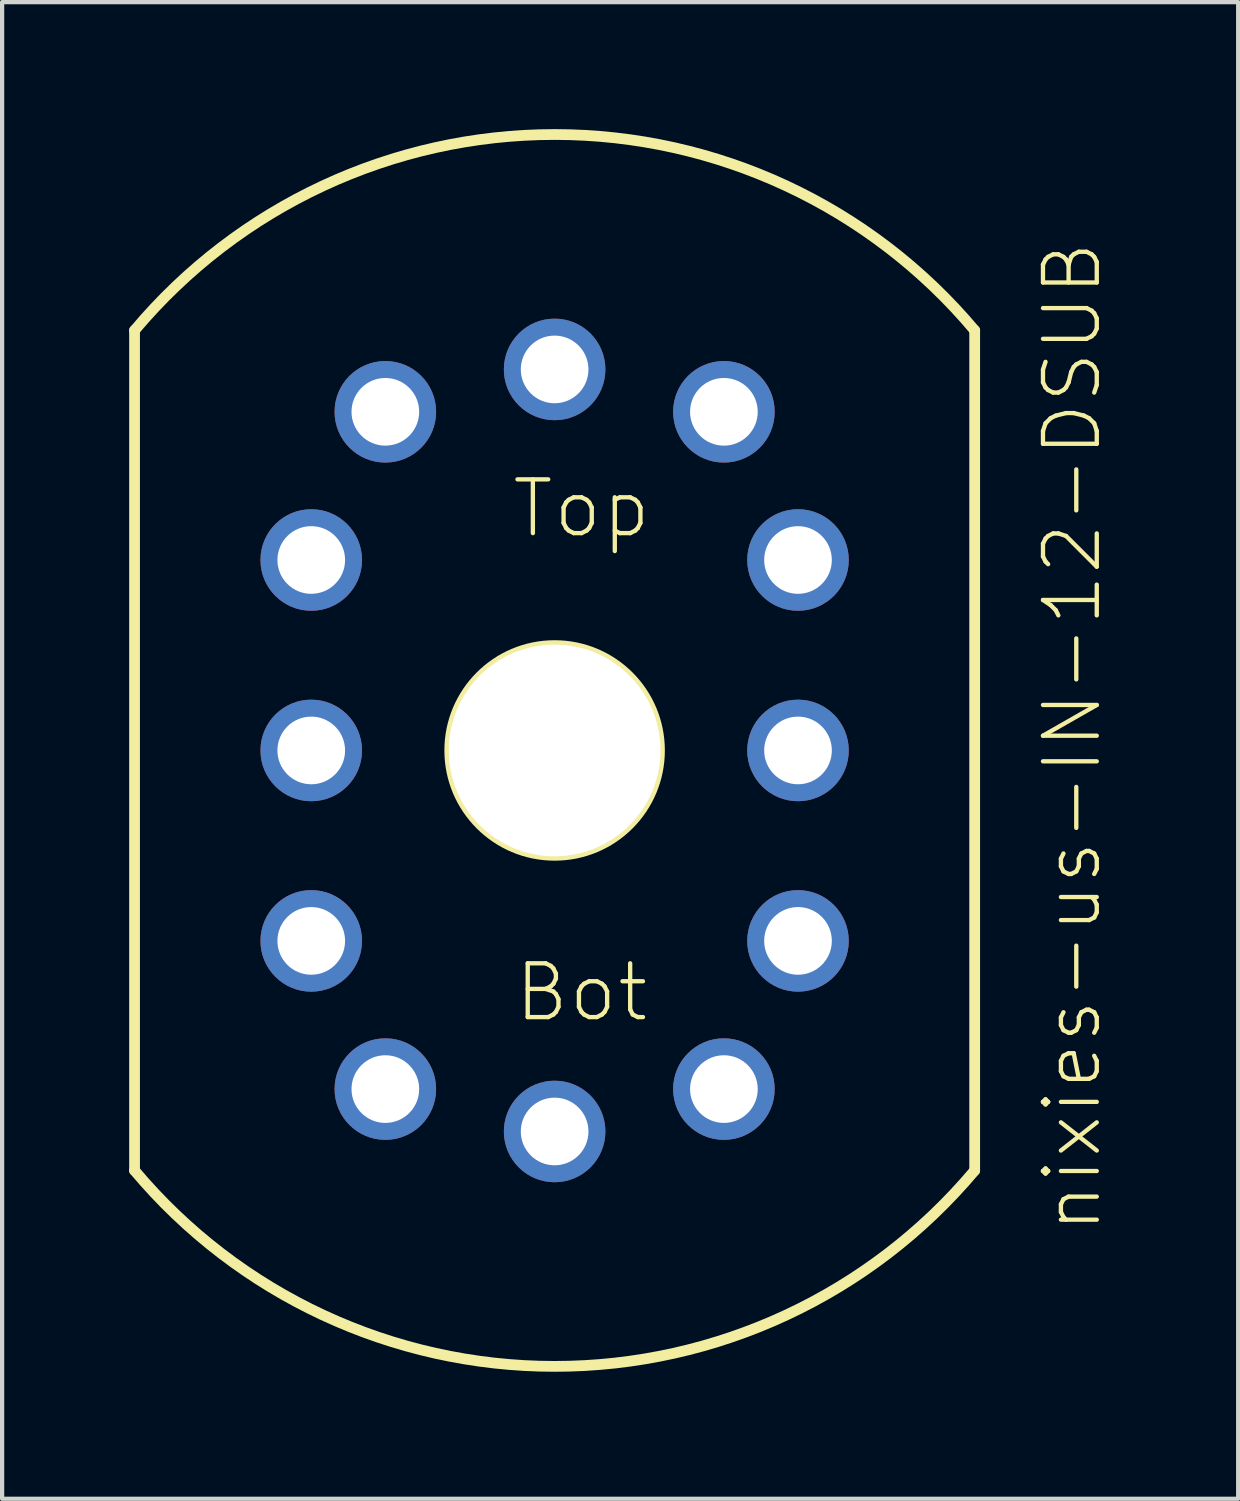
<source format=kicad_pcb>
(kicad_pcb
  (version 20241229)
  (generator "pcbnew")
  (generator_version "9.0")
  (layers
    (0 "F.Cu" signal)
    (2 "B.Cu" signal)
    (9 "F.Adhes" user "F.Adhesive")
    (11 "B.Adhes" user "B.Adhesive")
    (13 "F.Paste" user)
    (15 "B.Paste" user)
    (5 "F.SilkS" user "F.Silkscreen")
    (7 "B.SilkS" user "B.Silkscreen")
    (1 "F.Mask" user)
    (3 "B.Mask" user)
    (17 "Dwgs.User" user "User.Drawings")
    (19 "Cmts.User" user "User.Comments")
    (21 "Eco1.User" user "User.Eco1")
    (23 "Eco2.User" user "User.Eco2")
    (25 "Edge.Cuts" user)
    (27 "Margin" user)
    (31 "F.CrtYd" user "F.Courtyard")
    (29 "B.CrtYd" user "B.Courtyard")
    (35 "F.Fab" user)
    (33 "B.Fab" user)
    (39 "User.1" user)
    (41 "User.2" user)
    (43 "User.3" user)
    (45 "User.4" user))
  (footprint "nixies-us-IN-12-DSUB"
    (layer "F.Cu")
    (at 10.049 14.674)
    (property "Reference" "nixies-us-IN-12-DSUB" (at 12.222 -0.318 90) (layer "F.SilkS") (effects (font (size 1.27 1.27) (thickness 0.102))))
    (attr exclude_from_pos_files exclude_from_bom)
    (fp_line (start -9.921 9.921) (end -9.921 -9.921) (stroke (width 0.254) (type solid)) (layer "F.SilkS"))
    (fp_line (start 9.921 -9.921) (end 9.921 9.921) (stroke (width 0.254) (type solid)) (layer "F.SilkS"))
    (fp_arc (start -9.92124 -9.92124) (mid 0.000928 -14.547158) (end 9.922433 -9.919819) (stroke (width 0.254) (type solid)) (layer "F.SilkS"))
    (fp_arc (start 9.92124 9.92124) (mid -0.000928 14.547158) (end -9.922433 9.919819) (stroke (width 0.254) (type solid)) (layer "F.SilkS"))
    (fp_circle (center 0 0) (end 0 -2.54) (stroke (width 0.127) (type solid)) (fill no) (layer "F.SilkS"))
    (fp_text user "Top" (at 0.635 -5.715 0) (layer "F.SilkS") (effects (font (size 1.27 1.27) (thickness 0.102))))
    (fp_text user "Bot" (at 0.635 5.715 0) (layer "F.SilkS") (effects (font (size 1.27 1.27) (thickness 0.102))))
    (pad "" np_thru_hole circle (at 0 0) (size 4.999 4.999) (drill 4.999) (layers "*.Cu" "*.Mask"))
    (pad "0" thru_hole circle (at 5.748 4.498) (size 2.398 2.398) (drill 1.598) (layers "*.Cu" "*.Mask"))
    (pad "1" thru_hole circle (at -3.998 7.998) (size 2.398 2.398) (drill 1.598) (layers "*.Cu" "*.Mask"))
    (pad "2" thru_hole circle (at -5.748 4.498) (size 2.398 2.398) (drill 1.598) (layers "*.Cu" "*.Mask"))
    (pad "3" thru_hole circle (at -5.748 0) (size 2.398 2.398) (drill 1.598) (layers "*.Cu" "*.Mask"))
    (pad "4" thru_hole circle (at -5.748 -4.498) (size 2.398 2.398) (drill 1.598) (layers "*.Cu" "*.Mask"))
    (pad "5" thru_hole circle (at -3.998 -7.998) (size 2.398 2.398) (drill 1.598) (layers "*.Cu" "*.Mask"))
    (pad "6" thru_hole circle (at 0 -8.999) (size 2.398 2.398) (drill 1.598) (layers "*.Cu" "*.Mask"))
    (pad "7" thru_hole circle (at 3.998 -7.998) (size 2.398 2.398) (drill 1.598) (layers "*.Cu" "*.Mask"))
    (pad "8" thru_hole circle (at 5.748 -4.498) (size 2.398 2.398) (drill 1.598) (layers "*.Cu" "*.Mask"))
    (pad "9" thru_hole circle (at 5.748 0) (size 2.398 2.398) (drill 1.598) (layers "*.Cu" "*.Mask"))
    (pad "A" thru_hole circle (at 3.998 7.998) (size 2.398 2.398) (drill 1.598) (layers "*.Cu" "*.Mask"))
    (pad "LHDP" thru_hole circle (at 0 8.999) (size 2.398 2.398) (drill 1.598) (layers "*.Cu" "*.Mask")))
  (gr_rect
    (start -3 -3)
    (end 26.193 32.348)
    (stroke (width 0.1) (type default))
    (fill no)
    (layer "Edge.Cuts")))
</source>
